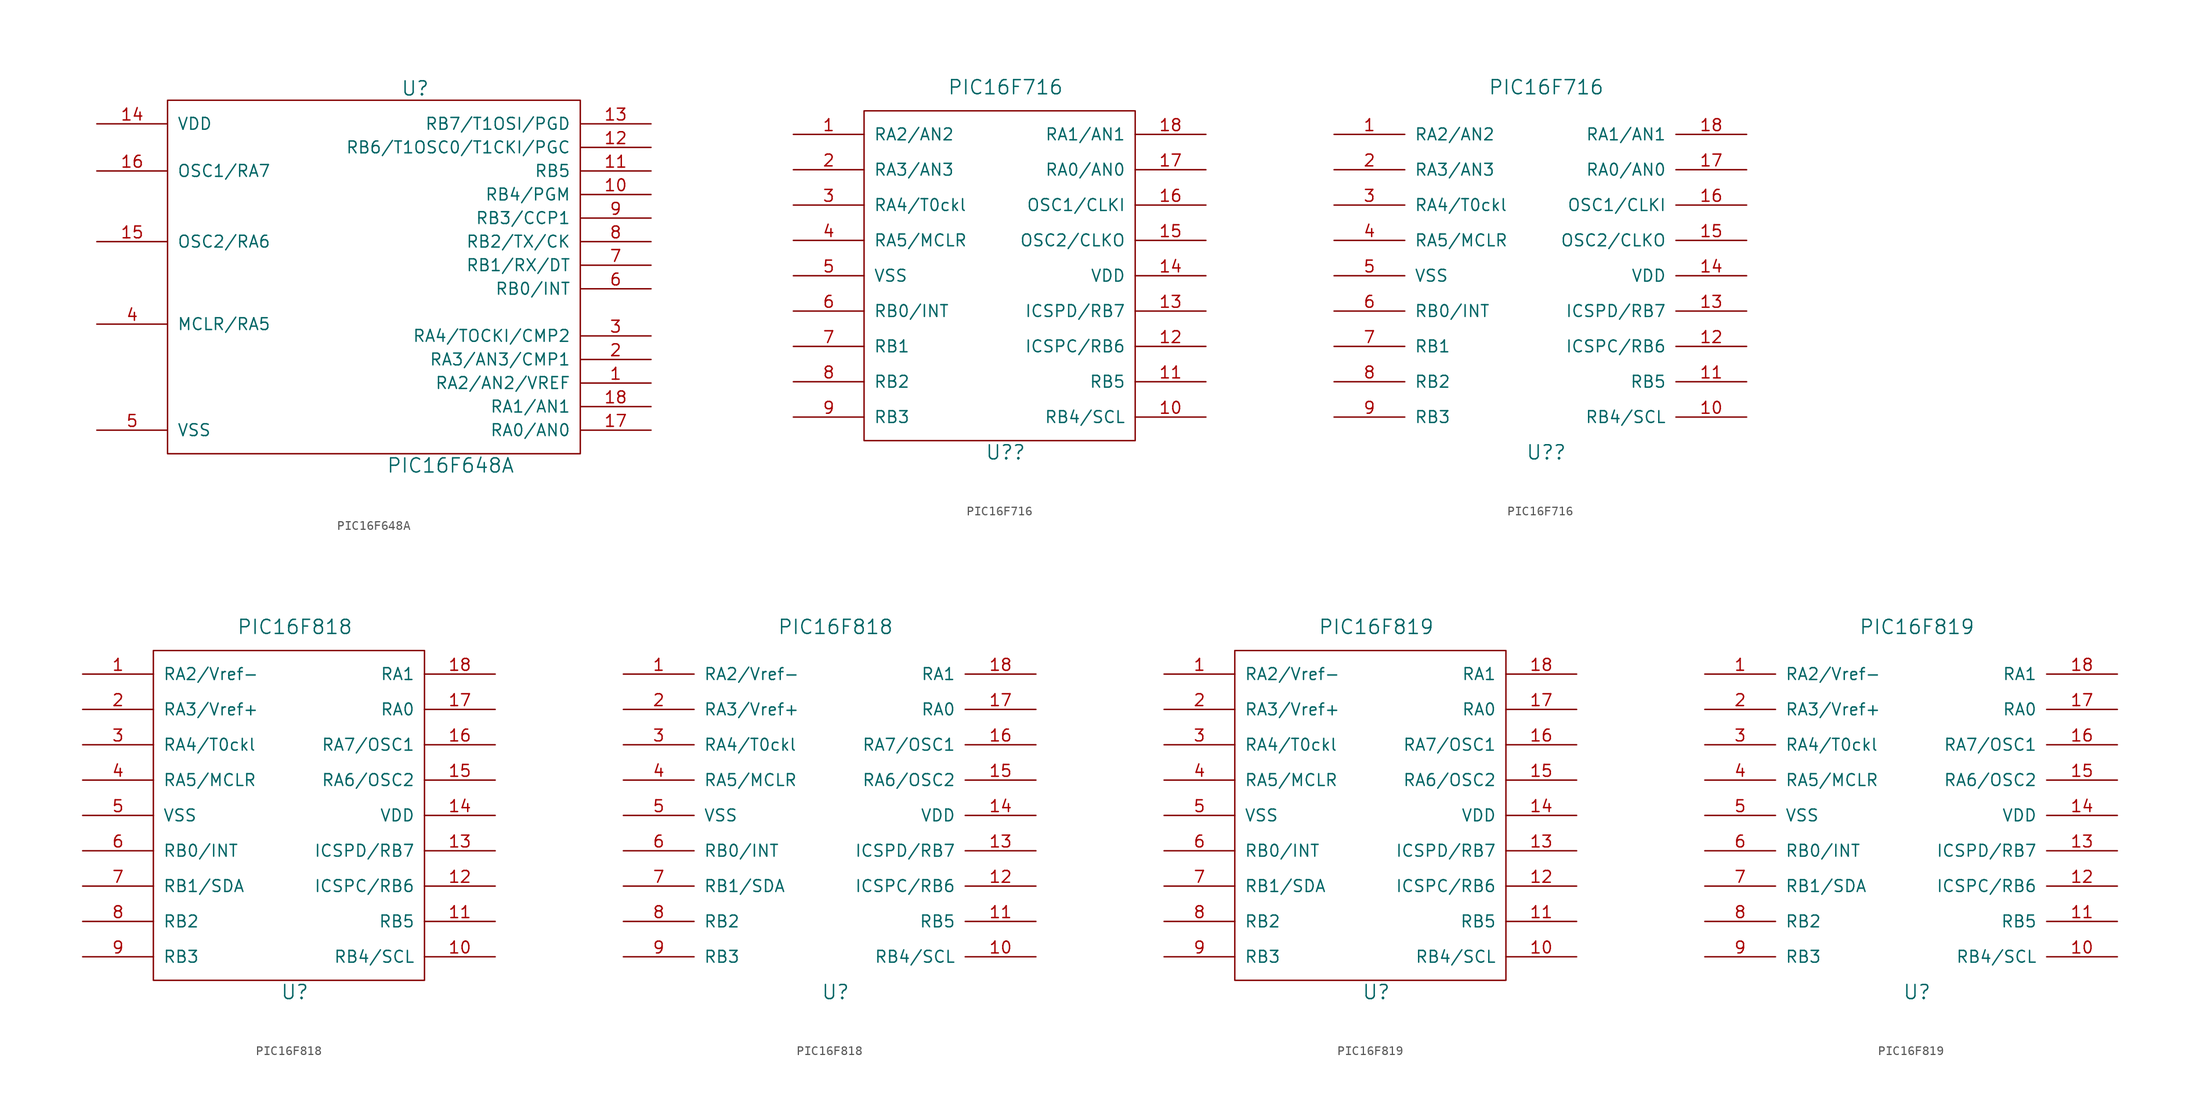
<source format=kicad_sym>
(kicad_symbol_lib
  (version 20211014)
  (generator kicad_symbol_editor)
  (symbol "PIC16F648A"
    (pin_names
      (offset 1.016))
    (property "Reference" "U"
      (at 7.62 20.32 0)
      (effects (font (size 1.524 1.524))))
    (property "Value" "PIC16F648A"
      (at 11.43 -20.32 0)
      (effects (font (size 1.524 1.524))))
    (property "Footprint" ""
      (at 0 0 0)
      (effects (font (size 1.524 1.524))))
    (property "Datasheet" ""
      (at 0 0 0)
      (effects (font (size 1.524 1.524))))
    (symbol "PIC16F648A_0_1"
      (rectangle (start 25.4 19.05) (end -19.05 -19.05) (stroke (width 0) (type default) (color 0 0 0 0)) (fill (type none))))
    (symbol "PIC16F648A_1_1"
      (pin bidirectional line (at 33.02 -11.43 180) (length 7.62) (name "RA2/AN2/VREF" (effects (font (size 1.27 1.27)))) (number "1" (effects (font (size 1.27 1.27)))))
      (pin bidirectional line (at 33.02 8.89 180) (length 7.62) (name "RB4/PGM" (effects (font (size 1.27 1.27)))) (number "10" (effects (font (size 1.27 1.27)))))
      (pin bidirectional line (at 33.02 11.43 180) (length 7.62) (name "RB5" (effects (font (size 1.27 1.27)))) (number "11" (effects (font (size 1.27 1.27)))))
      (pin bidirectional line (at 33.02 13.97 180) (length 7.62) (name "RB6/T1OSC0/T1CKI/PGC" (effects (font (size 1.27 1.27)))) (number "12" (effects (font (size 1.27 1.27)))))
      (pin bidirectional line (at 33.02 16.51 180) (length 7.62) (name "RB7/T1OSI/PGD" (effects (font (size 1.27 1.27)))) (number "13" (effects (font (size 1.27 1.27)))))
      (pin power_in line (at -26.67 16.51 0) (length 7.62) (name "VDD" (effects (font (size 1.27 1.27)))) (number "14" (effects (font (size 1.27 1.27)))))
      (pin output line (at -26.67 3.81 0) (length 7.62) (name "OSC2/RA6" (effects (font (size 1.27 1.27)))) (number "15" (effects (font (size 1.27 1.27)))))
      (pin input line (at -26.67 11.43 0) (length 7.62) (name "OSC1/RA7" (effects (font (size 1.27 1.27)))) (number "16" (effects (font (size 1.27 1.27)))))
      (pin bidirectional line (at 33.02 -16.51 180) (length 7.62) (name "RA0/AN0" (effects (font (size 1.27 1.27)))) (number "17" (effects (font (size 1.27 1.27)))))
      (pin bidirectional line (at 33.02 -13.97 180) (length 7.62) (name "RA1/AN1" (effects (font (size 1.27 1.27)))) (number "18" (effects (font (size 1.27 1.27)))))
      (pin bidirectional line (at 33.02 -8.89 180) (length 7.62) (name "RA3/AN3/CMP1" (effects (font (size 1.27 1.27)))) (number "2" (effects (font (size 1.27 1.27)))))
      (pin bidirectional line (at 33.02 -6.35 180) (length 7.62) (name "RA4/TOCKI/CMP2" (effects (font (size 1.27 1.27)))) (number "3" (effects (font (size 1.27 1.27)))))
      (pin input line (at -26.67 -5.08 0) (length 7.62) (name "MCLR/RA5" (effects (font (size 1.27 1.27)))) (number "4" (effects (font (size 1.27 1.27)))))
      (pin power_in line (at -26.67 -16.51 0) (length 7.62) (name "VSS" (effects (font (size 1.27 1.27)))) (number "5" (effects (font (size 1.27 1.27)))))
      (pin bidirectional line (at 33.02 -1.27 180) (length 7.62) (name "RB0/INT" (effects (font (size 1.27 1.27)))) (number "6" (effects (font (size 1.27 1.27)))))
      (pin bidirectional line (at 33.02 1.27 180) (length 7.62) (name "RB1/RX/DT" (effects (font (size 1.27 1.27)))) (number "7" (effects (font (size 1.27 1.27)))))
      (pin bidirectional line (at 33.02 3.81 180) (length 7.62) (name "RB2/TX/CK" (effects (font (size 1.27 1.27)))) (number "8" (effects (font (size 1.27 1.27)))))
      (pin bidirectional line (at 33.02 6.35 180) (length 7.62) (name "RB3/CCP1" (effects (font (size 1.27 1.27)))) (number "9" (effects (font (size 1.27 1.27)))))))
  (symbol "PIC16F716"
    (pin_names
      (offset 1.016))
    (property "Reference" "U?"
      (at 0 -19.05 0)
      (effects (font (size 1.524 1.524))))
    (property "Value" "PIC16F716"
      (at 0 20.32 0)
      (effects (font (size 1.524 1.524))))
    (property "Footprint" ""
      (at 0 0 0)
      (effects (font (size 1.524 1.524))))
    (property "Datasheet" ""
      (at 0 0 0)
      (effects (font (size 1.524 1.524))))
    (symbol "PIC16F716_0_1"
      (rectangle (start -15.24 17.78) (end 13.97 -17.78) (stroke (width 0) (type default) (color 0 0 0 0)) (fill (type none))))
    (symbol "PIC16F716_1_1"
      (pin bidirectional line (at -22.86 15.24 0) (length 7.62) (name "RA2/AN2" (effects (font (size 1.27 1.27)))) (number "1" (effects (font (size 1.27 1.27)))))
      (pin bidirectional line (at 21.59 -15.24 180) (length 7.62) (name "RB4/SCL" (effects (font (size 1.27 1.27)))) (number "10" (effects (font (size 1.27 1.27)))))
      (pin bidirectional line (at 21.59 -11.43 180) (length 7.62) (name "RB5" (effects (font (size 1.27 1.27)))) (number "11" (effects (font (size 1.27 1.27)))))
      (pin bidirectional line (at 21.59 -7.62 180) (length 7.62) (name "ICSPC/RB6" (effects (font (size 1.27 1.27)))) (number "12" (effects (font (size 1.27 1.27)))))
      (pin power_in line (at 21.59 -3.81 180) (length 7.62) (name "ICSPD/RB7" (effects (font (size 1.27 1.27)))) (number "13" (effects (font (size 1.27 1.27)))))
      (pin power_in line (at 21.59 0 180) (length 7.62) (name "VDD" (effects (font (size 1.27 1.27)))) (number "14" (effects (font (size 1.27 1.27)))))
      (pin output line (at 21.59 3.81 180) (length 7.62) (name "OSC2/CLKO" (effects (font (size 1.27 1.27)))) (number "15" (effects (font (size 1.27 1.27)))))
      (pin input line (at 21.59 7.62 180) (length 7.62) (name "OSC1/CLKI" (effects (font (size 1.27 1.27)))) (number "16" (effects (font (size 1.27 1.27)))))
      (pin bidirectional line (at 21.59 11.43 180) (length 7.62) (name "RA0/AN0" (effects (font (size 1.27 1.27)))) (number "17" (effects (font (size 1.27 1.27)))))
      (pin bidirectional line (at 21.59 15.24 180) (length 7.62) (name "RA1/AN1" (effects (font (size 1.27 1.27)))) (number "18" (effects (font (size 1.27 1.27)))))
      (pin bidirectional line (at -22.86 11.43 0) (length 7.62) (name "RA3/AN3" (effects (font (size 1.27 1.27)))) (number "2" (effects (font (size 1.27 1.27)))))
      (pin output line (at -22.86 7.62 0) (length 7.62) (name "RA4/T0ckl" (effects (font (size 1.27 1.27)))) (number "3" (effects (font (size 1.27 1.27)))))
      (pin input line (at -22.86 3.81 0) (length 7.62) (name "RA5/MCLR" (effects (font (size 1.27 1.27)))) (number "4" (effects (font (size 1.27 1.27)))))
      (pin power_in line (at -22.86 0 0) (length 7.62) (name "VSS" (effects (font (size 1.27 1.27)))) (number "5" (effects (font (size 1.27 1.27)))))
      (pin bidirectional line (at -22.86 -3.81 0) (length 7.62) (name "RB0/INT" (effects (font (size 1.27 1.27)))) (number "6" (effects (font (size 1.27 1.27)))))
      (pin bidirectional line (at -22.86 -7.62 0) (length 7.62) (name "RB1" (effects (font (size 1.27 1.27)))) (number "7" (effects (font (size 1.27 1.27)))))
      (pin bidirectional line (at -22.86 -11.43 0) (length 7.62) (name "RB2" (effects (font (size 1.27 1.27)))) (number "8" (effects (font (size 1.27 1.27)))))
      (pin bidirectional line (at -22.86 -15.24 0) (length 7.62) (name "RB3" (effects (font (size 1.27 1.27)))) (number "9" (effects (font (size 1.27 1.27))))))
    (symbol "PIC16F716_1_2"
      (pin bidirectional line (at -22.86 15.24 0) (length 7.62) (name "RA2/AN2" (effects (font (size 1.27 1.27)))) (number "1" (effects (font (size 1.27 1.27)))))
      (pin bidirectional line (at 21.59 -15.24 180) (length 7.62) (name "RB4/SCL" (effects (font (size 1.27 1.27)))) (number "10" (effects (font (size 1.27 1.27)))))
      (pin bidirectional line (at 21.59 -11.43 180) (length 7.62) (name "RB5" (effects (font (size 1.27 1.27)))) (number "11" (effects (font (size 1.27 1.27)))))
      (pin bidirectional line (at 21.59 -7.62 180) (length 7.62) (name "ICSPC/RB6" (effects (font (size 1.27 1.27)))) (number "12" (effects (font (size 1.27 1.27)))))
      (pin power_in line (at 21.59 -3.81 180) (length 7.62) (name "ICSPD/RB7" (effects (font (size 1.27 1.27)))) (number "13" (effects (font (size 1.27 1.27)))))
      (pin power_in line (at 21.59 0 180) (length 7.62) (name "VDD" (effects (font (size 1.27 1.27)))) (number "14" (effects (font (size 1.27 1.27)))))
      (pin output line (at 21.59 3.81 180) (length 7.62) (name "OSC2/CLKO" (effects (font (size 1.27 1.27)))) (number "15" (effects (font (size 1.27 1.27)))))
      (pin input line (at 21.59 7.62 180) (length 7.62) (name "OSC1/CLKI" (effects (font (size 1.27 1.27)))) (number "16" (effects (font (size 1.27 1.27)))))
      (pin bidirectional line (at 21.59 11.43 180) (length 7.62) (name "RA0/AN0" (effects (font (size 1.27 1.27)))) (number "17" (effects (font (size 1.27 1.27)))))
      (pin bidirectional line (at 21.59 15.24 180) (length 7.62) (name "RA1/AN1" (effects (font (size 1.27 1.27)))) (number "18" (effects (font (size 1.27 1.27)))))
      (pin bidirectional line (at -22.86 11.43 0) (length 7.62) (name "RA3/AN3" (effects (font (size 1.27 1.27)))) (number "2" (effects (font (size 1.27 1.27)))))
      (pin output line (at -22.86 7.62 0) (length 7.62) (name "RA4/T0ckl" (effects (font (size 1.27 1.27)))) (number "3" (effects (font (size 1.27 1.27)))))
      (pin input line (at -22.86 3.81 0) (length 7.62) (name "RA5/MCLR" (effects (font (size 1.27 1.27)))) (number "4" (effects (font (size 1.27 1.27)))))
      (pin power_in line (at -22.86 0 0) (length 7.62) (name "VSS" (effects (font (size 1.27 1.27)))) (number "5" (effects (font (size 1.27 1.27)))))
      (pin bidirectional line (at -22.86 -3.81 0) (length 7.62) (name "RB0/INT" (effects (font (size 1.27 1.27)))) (number "6" (effects (font (size 1.27 1.27)))))
      (pin bidirectional line (at -22.86 -7.62 0) (length 7.62) (name "RB1" (effects (font (size 1.27 1.27)))) (number "7" (effects (font (size 1.27 1.27)))))
      (pin bidirectional line (at -22.86 -11.43 0) (length 7.62) (name "RB2" (effects (font (size 1.27 1.27)))) (number "8" (effects (font (size 1.27 1.27)))))
      (pin bidirectional line (at -22.86 -15.24 0) (length 7.62) (name "RB3" (effects (font (size 1.27 1.27)))) (number "9" (effects (font (size 1.27 1.27)))))))
  (symbol "PIC16F818"
    (pin_names
      (offset 1.016))
    (property "Reference" "U"
      (at 0 -19.05 0)
      (effects (font (size 1.524 1.524))))
    (property "Value" "PIC16F818"
      (at 0 20.32 0)
      (effects (font (size 1.524 1.524))))
    (property "Footprint" ""
      (at 0 0 0)
      (effects (font (size 1.524 1.524))))
    (property "Datasheet" ""
      (at 0 0 0)
      (effects (font (size 1.524 1.524))))
    (symbol "PIC16F818_0_1"
      (rectangle (start -15.24 17.78) (end 13.97 -17.78) (stroke (width 0) (type default) (color 0 0 0 0)) (fill (type none))))
    (symbol "PIC16F818_1_1"
      (pin bidirectional line (at -22.86 15.24 0) (length 7.62) (name "RA2/Vref-" (effects (font (size 1.27 1.27)))) (number "1" (effects (font (size 1.27 1.27)))))
      (pin bidirectional line (at 21.59 -15.24 180) (length 7.62) (name "RB4/SCL" (effects (font (size 1.27 1.27)))) (number "10" (effects (font (size 1.27 1.27)))))
      (pin bidirectional line (at 21.59 -11.43 180) (length 7.62) (name "RB5" (effects (font (size 1.27 1.27)))) (number "11" (effects (font (size 1.27 1.27)))))
      (pin bidirectional line (at 21.59 -7.62 180) (length 7.62) (name "ICSPC/RB6" (effects (font (size 1.27 1.27)))) (number "12" (effects (font (size 1.27 1.27)))))
      (pin power_in line (at 21.59 -3.81 180) (length 7.62) (name "ICSPD/RB7" (effects (font (size 1.27 1.27)))) (number "13" (effects (font (size 1.27 1.27)))))
      (pin power_in line (at 21.59 0 180) (length 7.62) (name "VDD" (effects (font (size 1.27 1.27)))) (number "14" (effects (font (size 1.27 1.27)))))
      (pin output line (at 21.59 3.81 180) (length 7.62) (name "RA6/OSC2" (effects (font (size 1.27 1.27)))) (number "15" (effects (font (size 1.27 1.27)))))
      (pin input line (at 21.59 7.62 180) (length 7.62) (name "RA7/OSC1" (effects (font (size 1.27 1.27)))) (number "16" (effects (font (size 1.27 1.27)))))
      (pin bidirectional line (at 21.59 11.43 180) (length 7.62) (name "RA0" (effects (font (size 1.27 1.27)))) (number "17" (effects (font (size 1.27 1.27)))))
      (pin bidirectional line (at 21.59 15.24 180) (length 7.62) (name "RA1" (effects (font (size 1.27 1.27)))) (number "18" (effects (font (size 1.27 1.27)))))
      (pin bidirectional line (at -22.86 11.43 0) (length 7.62) (name "RA3/Vref+" (effects (font (size 1.27 1.27)))) (number "2" (effects (font (size 1.27 1.27)))))
      (pin output line (at -22.86 7.62 0) (length 7.62) (name "RA4/T0ckl" (effects (font (size 1.27 1.27)))) (number "3" (effects (font (size 1.27 1.27)))))
      (pin input line (at -22.86 3.81 0) (length 7.62) (name "RA5/MCLR" (effects (font (size 1.27 1.27)))) (number "4" (effects (font (size 1.27 1.27)))))
      (pin power_in line (at -22.86 0 0) (length 7.62) (name "VSS" (effects (font (size 1.27 1.27)))) (number "5" (effects (font (size 1.27 1.27)))))
      (pin bidirectional line (at -22.86 -3.81 0) (length 7.62) (name "RB0/INT" (effects (font (size 1.27 1.27)))) (number "6" (effects (font (size 1.27 1.27)))))
      (pin bidirectional line (at -22.86 -7.62 0) (length 7.62) (name "RB1/SDA" (effects (font (size 1.27 1.27)))) (number "7" (effects (font (size 1.27 1.27)))))
      (pin bidirectional line (at -22.86 -11.43 0) (length 7.62) (name "RB2" (effects (font (size 1.27 1.27)))) (number "8" (effects (font (size 1.27 1.27)))))
      (pin bidirectional line (at -22.86 -15.24 0) (length 7.62) (name "RB3" (effects (font (size 1.27 1.27)))) (number "9" (effects (font (size 1.27 1.27))))))
    (symbol "PIC16F818_1_2"
      (pin bidirectional line (at -22.86 15.24 0) (length 7.62) (name "RA2/Vref-" (effects (font (size 1.27 1.27)))) (number "1" (effects (font (size 1.27 1.27)))))
      (pin bidirectional line (at 21.59 -15.24 180) (length 7.62) (name "RB4/SCL" (effects (font (size 1.27 1.27)))) (number "10" (effects (font (size 1.27 1.27)))))
      (pin bidirectional line (at 21.59 -11.43 180) (length 7.62) (name "RB5" (effects (font (size 1.27 1.27)))) (number "11" (effects (font (size 1.27 1.27)))))
      (pin bidirectional line (at 21.59 -7.62 180) (length 7.62) (name "ICSPC/RB6" (effects (font (size 1.27 1.27)))) (number "12" (effects (font (size 1.27 1.27)))))
      (pin power_in line (at 21.59 -3.81 180) (length 7.62) (name "ICSPD/RB7" (effects (font (size 1.27 1.27)))) (number "13" (effects (font (size 1.27 1.27)))))
      (pin power_in line (at 21.59 0 180) (length 7.62) (name "VDD" (effects (font (size 1.27 1.27)))) (number "14" (effects (font (size 1.27 1.27)))))
      (pin output line (at 21.59 3.81 180) (length 7.62) (name "RA6/OSC2" (effects (font (size 1.27 1.27)))) (number "15" (effects (font (size 1.27 1.27)))))
      (pin input line (at 21.59 7.62 180) (length 7.62) (name "RA7/OSC1" (effects (font (size 1.27 1.27)))) (number "16" (effects (font (size 1.27 1.27)))))
      (pin bidirectional line (at 21.59 11.43 180) (length 7.62) (name "RA0" (effects (font (size 1.27 1.27)))) (number "17" (effects (font (size 1.27 1.27)))))
      (pin bidirectional line (at 21.59 15.24 180) (length 7.62) (name "RA1" (effects (font (size 1.27 1.27)))) (number "18" (effects (font (size 1.27 1.27)))))
      (pin bidirectional line (at -22.86 11.43 0) (length 7.62) (name "RA3/Vref+" (effects (font (size 1.27 1.27)))) (number "2" (effects (font (size 1.27 1.27)))))
      (pin output line (at -22.86 7.62 0) (length 7.62) (name "RA4/T0ckl" (effects (font (size 1.27 1.27)))) (number "3" (effects (font (size 1.27 1.27)))))
      (pin input line (at -22.86 3.81 0) (length 7.62) (name "RA5/MCLR" (effects (font (size 1.27 1.27)))) (number "4" (effects (font (size 1.27 1.27)))))
      (pin power_in line (at -22.86 0 0) (length 7.62) (name "VSS" (effects (font (size 1.27 1.27)))) (number "5" (effects (font (size 1.27 1.27)))))
      (pin bidirectional line (at -22.86 -3.81 0) (length 7.62) (name "RB0/INT" (effects (font (size 1.27 1.27)))) (number "6" (effects (font (size 1.27 1.27)))))
      (pin bidirectional line (at -22.86 -7.62 0) (length 7.62) (name "RB1/SDA" (effects (font (size 1.27 1.27)))) (number "7" (effects (font (size 1.27 1.27)))))
      (pin bidirectional line (at -22.86 -11.43 0) (length 7.62) (name "RB2" (effects (font (size 1.27 1.27)))) (number "8" (effects (font (size 1.27 1.27)))))
      (pin bidirectional line (at -22.86 -15.24 0) (length 7.62) (name "RB3" (effects (font (size 1.27 1.27)))) (number "9" (effects (font (size 1.27 1.27)))))))
  (symbol "PIC16F819"
    (pin_names
      (offset 1.016))
    (property "Reference" "U"
      (at 0 -19.05 0)
      (effects (font (size 1.524 1.524))))
    (property "Value" "PIC16F819"
      (at 0 20.32 0)
      (effects (font (size 1.524 1.524))))
    (property "Footprint" ""
      (at 0 0 0)
      (effects (font (size 1.524 1.524))))
    (property "Datasheet" ""
      (at 0 0 0)
      (effects (font (size 1.524 1.524))))
    (symbol "PIC16F819_0_1"
      (rectangle (start -15.24 17.78) (end 13.97 -17.78) (stroke (width 0) (type default) (color 0 0 0 0)) (fill (type none))))
    (symbol "PIC16F819_1_1"
      (pin bidirectional line (at -22.86 15.24 0) (length 7.62) (name "RA2/Vref-" (effects (font (size 1.27 1.27)))) (number "1" (effects (font (size 1.27 1.27)))))
      (pin bidirectional line (at 21.59 -15.24 180) (length 7.62) (name "RB4/SCL" (effects (font (size 1.27 1.27)))) (number "10" (effects (font (size 1.27 1.27)))))
      (pin bidirectional line (at 21.59 -11.43 180) (length 7.62) (name "RB5" (effects (font (size 1.27 1.27)))) (number "11" (effects (font (size 1.27 1.27)))))
      (pin bidirectional line (at 21.59 -7.62 180) (length 7.62) (name "ICSPC/RB6" (effects (font (size 1.27 1.27)))) (number "12" (effects (font (size 1.27 1.27)))))
      (pin power_in line (at 21.59 -3.81 180) (length 7.62) (name "ICSPD/RB7" (effects (font (size 1.27 1.27)))) (number "13" (effects (font (size 1.27 1.27)))))
      (pin power_in line (at 21.59 0 180) (length 7.62) (name "VDD" (effects (font (size 1.27 1.27)))) (number "14" (effects (font (size 1.27 1.27)))))
      (pin output line (at 21.59 3.81 180) (length 7.62) (name "RA6/OSC2" (effects (font (size 1.27 1.27)))) (number "15" (effects (font (size 1.27 1.27)))))
      (pin input line (at 21.59 7.62 180) (length 7.62) (name "RA7/OSC1" (effects (font (size 1.27 1.27)))) (number "16" (effects (font (size 1.27 1.27)))))
      (pin bidirectional line (at 21.59 11.43 180) (length 7.62) (name "RA0" (effects (font (size 1.27 1.27)))) (number "17" (effects (font (size 1.27 1.27)))))
      (pin bidirectional line (at 21.59 15.24 180) (length 7.62) (name "RA1" (effects (font (size 1.27 1.27)))) (number "18" (effects (font (size 1.27 1.27)))))
      (pin bidirectional line (at -22.86 11.43 0) (length 7.62) (name "RA3/Vref+" (effects (font (size 1.27 1.27)))) (number "2" (effects (font (size 1.27 1.27)))))
      (pin output line (at -22.86 7.62 0) (length 7.62) (name "RA4/T0ckl" (effects (font (size 1.27 1.27)))) (number "3" (effects (font (size 1.27 1.27)))))
      (pin input line (at -22.86 3.81 0) (length 7.62) (name "RA5/MCLR" (effects (font (size 1.27 1.27)))) (number "4" (effects (font (size 1.27 1.27)))))
      (pin power_in line (at -22.86 0 0) (length 7.62) (name "VSS" (effects (font (size 1.27 1.27)))) (number "5" (effects (font (size 1.27 1.27)))))
      (pin bidirectional line (at -22.86 -3.81 0) (length 7.62) (name "RB0/INT" (effects (font (size 1.27 1.27)))) (number "6" (effects (font (size 1.27 1.27)))))
      (pin bidirectional line (at -22.86 -7.62 0) (length 7.62) (name "RB1/SDA" (effects (font (size 1.27 1.27)))) (number "7" (effects (font (size 1.27 1.27)))))
      (pin bidirectional line (at -22.86 -11.43 0) (length 7.62) (name "RB2" (effects (font (size 1.27 1.27)))) (number "8" (effects (font (size 1.27 1.27)))))
      (pin bidirectional line (at -22.86 -15.24 0) (length 7.62) (name "RB3" (effects (font (size 1.27 1.27)))) (number "9" (effects (font (size 1.27 1.27))))))
    (symbol "PIC16F819_1_2"
      (pin bidirectional line (at -22.86 15.24 0) (length 7.62) (name "RA2/Vref-" (effects (font (size 1.27 1.27)))) (number "1" (effects (font (size 1.27 1.27)))))
      (pin bidirectional line (at 21.59 -15.24 180) (length 7.62) (name "RB4/SCL" (effects (font (size 1.27 1.27)))) (number "10" (effects (font (size 1.27 1.27)))))
      (pin bidirectional line (at 21.59 -11.43 180) (length 7.62) (name "RB5" (effects (font (size 1.27 1.27)))) (number "11" (effects (font (size 1.27 1.27)))))
      (pin bidirectional line (at 21.59 -7.62 180) (length 7.62) (name "ICSPC/RB6" (effects (font (size 1.27 1.27)))) (number "12" (effects (font (size 1.27 1.27)))))
      (pin power_in line (at 21.59 -3.81 180) (length 7.62) (name "ICSPD/RB7" (effects (font (size 1.27 1.27)))) (number "13" (effects (font (size 1.27 1.27)))))
      (pin power_in line (at 21.59 0 180) (length 7.62) (name "VDD" (effects (font (size 1.27 1.27)))) (number "14" (effects (font (size 1.27 1.27)))))
      (pin output line (at 21.59 3.81 180) (length 7.62) (name "RA6/OSC2" (effects (font (size 1.27 1.27)))) (number "15" (effects (font (size 1.27 1.27)))))
      (pin input line (at 21.59 7.62 180) (length 7.62) (name "RA7/OSC1" (effects (font (size 1.27 1.27)))) (number "16" (effects (font (size 1.27 1.27)))))
      (pin bidirectional line (at 21.59 11.43 180) (length 7.62) (name "RA0" (effects (font (size 1.27 1.27)))) (number "17" (effects (font (size 1.27 1.27)))))
      (pin bidirectional line (at 21.59 15.24 180) (length 7.62) (name "RA1" (effects (font (size 1.27 1.27)))) (number "18" (effects (font (size 1.27 1.27)))))
      (pin bidirectional line (at -22.86 11.43 0) (length 7.62) (name "RA3/Vref+" (effects (font (size 1.27 1.27)))) (number "2" (effects (font (size 1.27 1.27)))))
      (pin output line (at -22.86 7.62 0) (length 7.62) (name "RA4/T0ckl" (effects (font (size 1.27 1.27)))) (number "3" (effects (font (size 1.27 1.27)))))
      (pin input line (at -22.86 3.81 0) (length 7.62) (name "RA5/MCLR" (effects (font (size 1.27 1.27)))) (number "4" (effects (font (size 1.27 1.27)))))
      (pin power_in line (at -22.86 0 0) (length 7.62) (name "VSS" (effects (font (size 1.27 1.27)))) (number "5" (effects (font (size 1.27 1.27)))))
      (pin bidirectional line (at -22.86 -3.81 0) (length 7.62) (name "RB0/INT" (effects (font (size 1.27 1.27)))) (number "6" (effects (font (size 1.27 1.27)))))
      (pin bidirectional line (at -22.86 -7.62 0) (length 7.62) (name "RB1/SDA" (effects (font (size 1.27 1.27)))) (number "7" (effects (font (size 1.27 1.27)))))
      (pin bidirectional line (at -22.86 -11.43 0) (length 7.62) (name "RB2" (effects (font (size 1.27 1.27)))) (number "8" (effects (font (size 1.27 1.27)))))
      (pin bidirectional line (at -22.86 -15.24 0) (length 7.62) (name "RB3" (effects (font (size 1.27 1.27)))) (number "9" (effects (font (size 1.27 1.27))))))))
</source>
